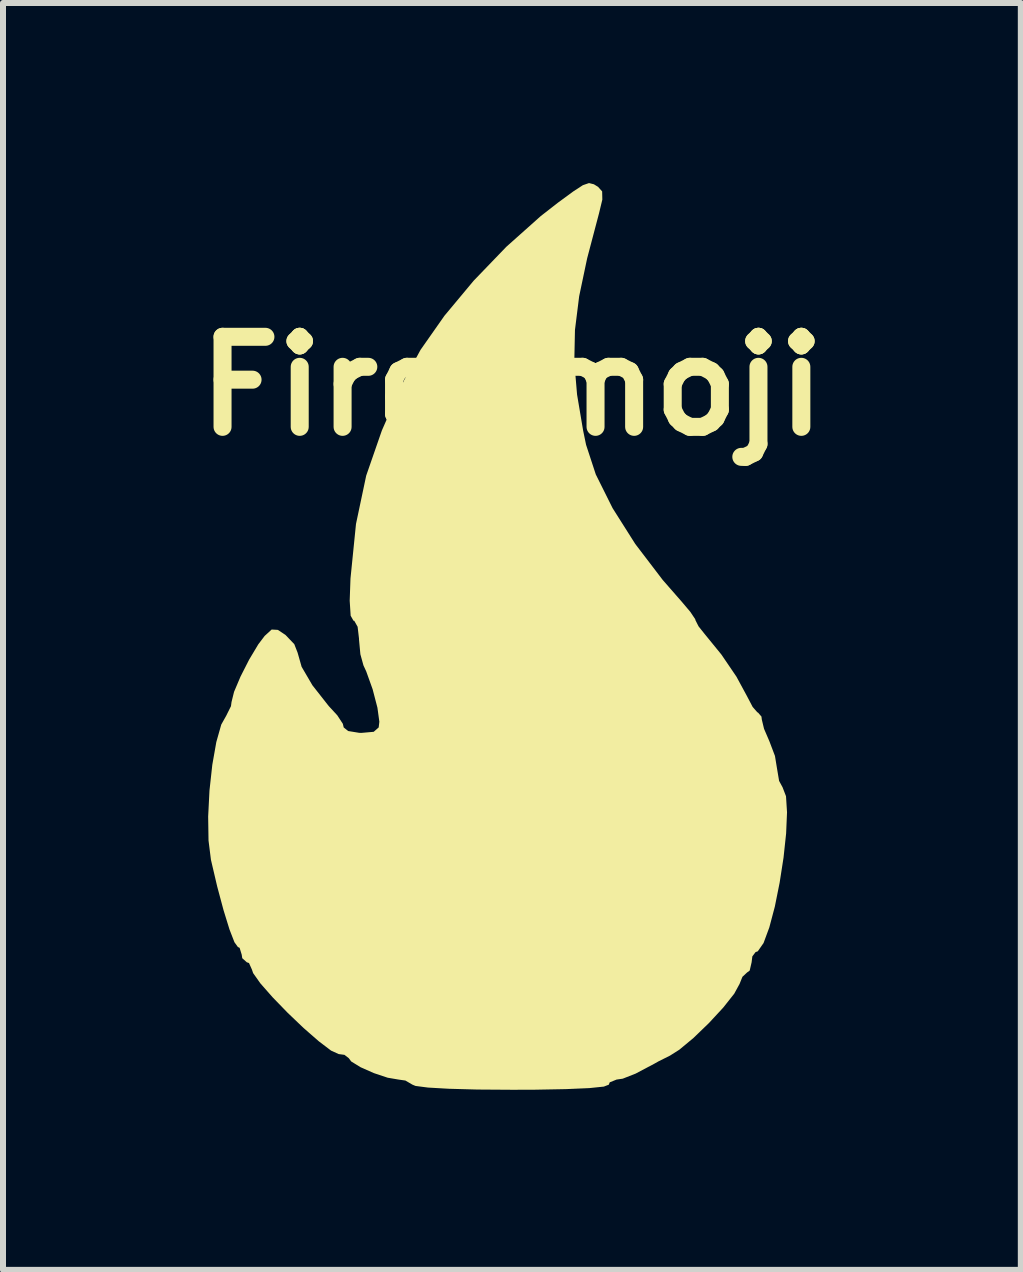
<source format=kicad_pcb>
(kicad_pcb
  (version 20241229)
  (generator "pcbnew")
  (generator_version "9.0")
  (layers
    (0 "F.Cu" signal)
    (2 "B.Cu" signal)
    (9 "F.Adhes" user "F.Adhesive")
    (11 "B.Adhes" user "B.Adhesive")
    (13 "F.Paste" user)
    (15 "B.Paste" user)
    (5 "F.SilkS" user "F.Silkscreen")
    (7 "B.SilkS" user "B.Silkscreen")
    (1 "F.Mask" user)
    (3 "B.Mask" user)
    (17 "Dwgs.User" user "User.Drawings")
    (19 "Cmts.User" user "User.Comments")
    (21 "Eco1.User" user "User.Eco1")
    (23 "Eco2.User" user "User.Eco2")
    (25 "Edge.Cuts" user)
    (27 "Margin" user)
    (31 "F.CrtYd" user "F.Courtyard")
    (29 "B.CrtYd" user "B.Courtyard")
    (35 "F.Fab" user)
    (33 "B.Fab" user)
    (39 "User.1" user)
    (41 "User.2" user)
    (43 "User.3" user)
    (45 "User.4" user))
  (footprint "FireEmoji"
    (layer "F.Cu")
    (at 5.479 3.383)
    (property "Reference" "FireEmoji" (at 0 0 0) (layer "F.SilkS") (effects (font (size 1.5 1.5) (thickness 0.3))))
    (attr board_only exclude_from_pos_files exclude_from_bom)
    (fp_poly (pts (xy 1.365 -3.363) (xy 1.435 -3.32) (xy 1.503 -3.244) (xy 1.506 -3.108) (xy 1.45 -2.876) (xy 1.253 -2.129) (xy 1.12 -1.497) (xy 1.05 -0.936) (xy 1.039 -0.405) (xy 1.085 0.14) (xy 1.186 0.74) (xy 1.235 0.977) (xy 1.397 1.471) (xy 1.677 2.033) (xy 2.055 2.63) (xy 2.512 3.229) (xy 2.825 3.587) (xy 2.972 3.761) (xy 3.053 3.882) (xy 3.058 3.901) (xy 3.109 4.002) (xy 3.207 4.125) (xy 3.489 4.471) (xy 3.74 4.84) (xy 3.914 5.161) (xy 4.01 5.344) (xy 4.089 5.435) (xy 4.098 5.437) (xy 4.157 5.505) (xy 4.163 5.555) (xy 4.2 5.709) (xy 4.289 5.916) (xy 4.382 6.161) (xy 4.417 6.375) (xy 4.451 6.577) (xy 4.509 6.684) (xy 4.566 6.832) (xy 4.583 7.1) (xy 4.568 7.452) (xy 4.525 7.854) (xy 4.46 8.272) (xy 4.38 8.671) (xy 4.288 9.018) (xy 4.192 9.278) (xy 4.096 9.416) (xy 4.059 9.429) (xy 4.005 9.501) (xy 3.993 9.599) (xy 3.961 9.737) (xy 3.917 9.769) (xy 3.84 9.841) (xy 3.792 9.96) (xy 3.703 10.123) (xy 3.52 10.354) (xy 3.281 10.612) (xy 3.024 10.86) (xy 2.788 11.056) (xy 2.633 11.154) (xy 2.441 11.25) (xy 2.379 11.285) (xy 2.06 11.454) (xy 1.846 11.538) (xy 1.743 11.553) (xy 1.629 11.599) (xy 1.614 11.638) (xy 1.531 11.67) (xy 1.289 11.695) (xy 0.898 11.712) (xy 0.369 11.722) (xy 0.005 11.723) (xy -0.577 11.719) (xy -1.051 11.706) (xy -1.399 11.686) (xy -1.606 11.659) (xy -1.657 11.638) (xy -1.775 11.569) (xy -1.888 11.553) (xy -2.07 11.522) (xy -2.301 11.445) (xy -2.522 11.347) (xy -2.678 11.251) (xy -2.718 11.197) (xy -2.79 11.141) (xy -2.887 11.128) (xy -3.014 11.07) (xy -3.219 10.914) (xy -3.471 10.694) (xy -3.738 10.439) (xy -3.989 10.18) (xy -4.191 9.95) (xy -4.312 9.779) (xy -4.332 9.72) (xy -4.381 9.611) (xy -4.417 9.599) (xy -4.493 9.531) (xy -4.502 9.472) (xy -4.537 9.358) (xy -4.566 9.344) (xy -4.623 9.265) (xy -4.706 9.051) (xy -4.805 8.73) (xy -4.911 8.334) (xy -5.014 7.894) (xy -5.015 7.889) (xy -5.055 7.569) (xy -5.061 7.171) (xy -5.039 6.737) (xy -4.992 6.309) (xy -4.925 5.929) (xy -4.843 5.639) (xy -4.76 5.491) (xy -4.681 5.332) (xy -4.672 5.264) (xy -4.63 5.094) (xy -4.522 4.839) (xy -4.378 4.556) (xy -4.226 4.302) (xy -4.12 4.162) (xy -4.003 4.055) (xy -3.9 4.061) (xy -3.773 4.145) (xy -3.626 4.299) (xy -3.571 4.44) (xy -3.504 4.676) (xy -3.324 4.984) (xy -3.053 5.329) (xy -2.91 5.484) (xy -2.817 5.626) (xy -2.803 5.686) (xy -2.729 5.746) (xy -2.545 5.776) (xy -2.506 5.777) (xy -2.303 5.759) (xy -2.22 5.686) (xy -2.209 5.591) (xy -2.241 5.357) (xy -2.321 5.05) (xy -2.427 4.754) (xy -2.474 4.652) (xy -2.525 4.467) (xy -2.548 4.22) (xy -2.548 4.206) (xy -2.571 4.009) (xy -2.627 3.91) (xy -2.64 3.908) (xy -2.687 3.825) (xy -2.703 3.575) (xy -2.69 3.207) (xy -2.598 2.296) (xy -2.428 1.491) (xy -2.167 0.739) (xy -2.104 0.595) (xy -1.97 0.292) (xy -1.839 -0.004) (xy -1.804 -0.085) (xy -1.523 -0.604) (xy -1.124 -1.173) (xy -0.637 -1.757) (xy -0.093 -2.322) (xy 0.48 -2.833) (xy 0.762 -3.053) (xy 1.021 -3.243) (xy 1.182 -3.348) (xy 1.284 -3.383)) (stroke (width 0) (type solid)) (fill yes) (layer "F.SilkS")))
  (gr_rect
    (start -3 -3)
    (end 13.957 18.106)
    (stroke (width 0.1) (type default))
    (fill no)
    (layer "Edge.Cuts")))
</source>
